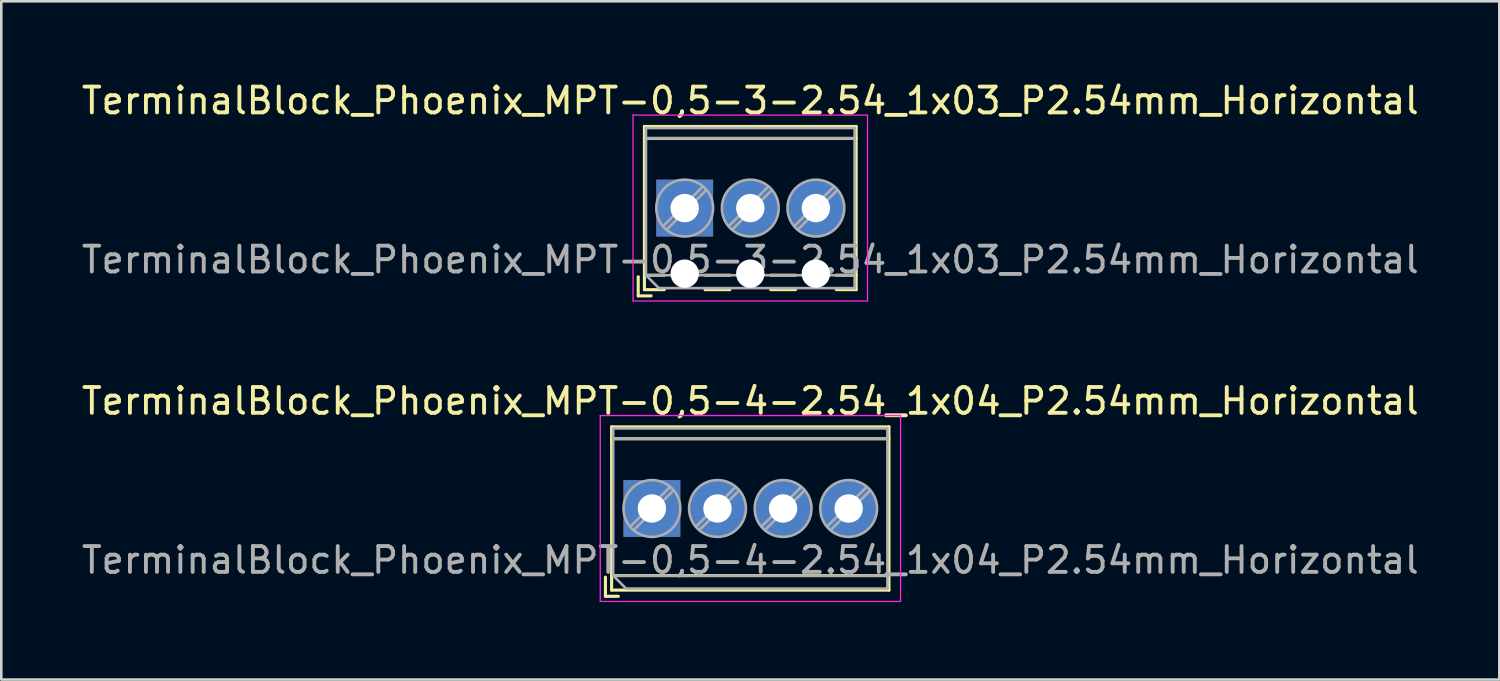
<source format=kicad_pcb>
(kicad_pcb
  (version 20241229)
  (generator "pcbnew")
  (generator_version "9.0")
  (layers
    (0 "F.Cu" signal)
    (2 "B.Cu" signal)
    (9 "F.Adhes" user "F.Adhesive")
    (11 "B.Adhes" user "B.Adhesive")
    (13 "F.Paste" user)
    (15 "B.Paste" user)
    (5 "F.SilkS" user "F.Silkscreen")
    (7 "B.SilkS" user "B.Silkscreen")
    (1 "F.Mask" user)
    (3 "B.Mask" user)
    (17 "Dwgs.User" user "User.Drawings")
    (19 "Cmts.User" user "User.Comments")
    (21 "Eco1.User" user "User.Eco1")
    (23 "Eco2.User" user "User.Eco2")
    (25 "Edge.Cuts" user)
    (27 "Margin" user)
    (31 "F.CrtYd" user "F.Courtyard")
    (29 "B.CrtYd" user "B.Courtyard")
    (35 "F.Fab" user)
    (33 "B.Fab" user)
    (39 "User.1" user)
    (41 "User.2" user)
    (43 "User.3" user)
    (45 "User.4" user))
  (footprint "TerminalBlock_Phoenix_MPT-0,5-4-2.54_1x04_P2.54mm_Horizontal"
    (layer "F.Cu")
    (at 22.196 16.642)
    (property "Reference" "TerminalBlock_Phoenix_MPT-0,5-4-2.54_1x04_P2.54mm_Horizontal" (at 3.81 -4.16 0) (layer "F.SilkS") (effects (font (size 1 1) (thickness 0.15))))
    (attr through_hole)
    (fp_line (start -1.8 2.66) (end -1.8 3.4) (stroke (width 0.12) (type solid)) (layer "F.SilkS"))
    (fp_line (start -1.8 3.4) (end -1.3 3.4) (stroke (width 0.12) (type solid)) (layer "F.SilkS"))
    (fp_line (start -1.56 -3.16) (end -1.56 3.16) (stroke (width 0.12) (type solid)) (layer "F.SilkS"))
    (fp_line (start -1.56 -3.16) (end 9.18 -3.16) (stroke (width 0.12) (type solid)) (layer "F.SilkS"))
    (fp_line (start -1.56 -2.7) (end 9.18 -2.7) (stroke (width 0.12) (type solid)) (layer "F.SilkS"))
    (fp_line (start -1.56 2.6) (end 9.18 2.6) (stroke (width 0.12) (type solid)) (layer "F.SilkS"))
    (fp_line (start -1.56 3.16) (end 9.18 3.16) (stroke (width 0.12) (type solid)) (layer "F.SilkS"))
    (fp_line (start 9.18 -3.16) (end 9.18 3.16) (stroke (width 0.12) (type solid)) (layer "F.SilkS"))
    (fp_line (start -2 -3.6) (end -2 3.6) (stroke (width 0.05) (type solid)) (layer "F.CrtYd"))
    (fp_line (start -2 3.6) (end 9.63 3.6) (stroke (width 0.05) (type solid)) (layer "F.CrtYd"))
    (fp_line (start 9.63 -3.6) (end -2 -3.6) (stroke (width 0.05) (type solid)) (layer "F.CrtYd"))
    (fp_line (start 9.63 3.6) (end 9.63 -3.6) (stroke (width 0.05) (type solid)) (layer "F.CrtYd"))
    (fp_line (start -1.5 -3.1) (end 9.12 -3.1) (stroke (width 0.1) (type solid)) (layer "F.Fab"))
    (fp_line (start -1.5 -2.7) (end 9.12 -2.7) (stroke (width 0.1) (type solid)) (layer "F.Fab"))
    (fp_line (start -1.5 2.6) (end -1.5 -3.1) (stroke (width 0.1) (type solid)) (layer "F.Fab"))
    (fp_line (start -1.5 2.6) (end 9.12 2.6) (stroke (width 0.1) (type solid)) (layer "F.Fab"))
    (fp_line (start -1 3.1) (end -1.5 2.6) (stroke (width 0.1) (type solid)) (layer "F.Fab"))
    (fp_line (start 0.701 -0.835) (end -0.835 0.7) (stroke (width 0.1) (type solid)) (layer "F.Fab"))
    (fp_line (start 0.835 -0.7) (end -0.701 0.835) (stroke (width 0.1) (type solid)) (layer "F.Fab"))
    (fp_line (start 3.241 -0.835) (end 1.706 0.7) (stroke (width 0.1) (type solid)) (layer "F.Fab"))
    (fp_line (start 3.375 -0.7) (end 1.84 0.835) (stroke (width 0.1) (type solid)) (layer "F.Fab"))
    (fp_line (start 5.781 -0.835) (end 4.246 0.7) (stroke (width 0.1) (type solid)) (layer "F.Fab"))
    (fp_line (start 5.915 -0.7) (end 4.38 0.835) (stroke (width 0.1) (type solid)) (layer "F.Fab"))
    (fp_line (start 8.321 -0.835) (end 6.786 0.7) (stroke (width 0.1) (type solid)) (layer "F.Fab"))
    (fp_line (start 8.455 -0.7) (end 6.92 0.835) (stroke (width 0.1) (type solid)) (layer "F.Fab"))
    (fp_line (start 9.12 -3.1) (end 9.12 3.1) (stroke (width 0.1) (type solid)) (layer "F.Fab"))
    (fp_line (start 9.12 3.1) (end -1 3.1) (stroke (width 0.1) (type solid)) (layer "F.Fab"))
    (fp_circle (center 0 0) (end 1.1 0) (stroke (width 0.1) (type solid)) (fill no) (layer "F.Fab"))
    (fp_circle (center 2.54 0) (end 3.64 0) (stroke (width 0.1) (type solid)) (fill no) (layer "F.Fab"))
    (fp_circle (center 5.08 0) (end 6.18 0) (stroke (width 0.1) (type solid)) (fill no) (layer "F.Fab"))
    (fp_circle (center 7.62 0) (end 8.72 0) (stroke (width 0.1) (type solid)) (fill no) (layer "F.Fab"))
    (fp_text user "${REFERENCE}" (at 3.81 2 0) (layer "F.Fab") (effects (font (size 1 1) (thickness 0.15))))
    (pad "1" thru_hole rect (at 0 0) (size 2.2 2.2) (drill 1.1) (layers "*.Cu" "*.Mask"))
    (pad "2" thru_hole circle (at 2.54 0) (size 2.2 2.2) (drill 1.1) (layers "*.Cu" "*.Mask"))
    (pad "3" thru_hole circle (at 5.08 0) (size 2.2 2.2) (drill 1.1) (layers "*.Cu" "*.Mask"))
    (pad "4" thru_hole circle (at 7.62 0) (size 2.2 2.2) (drill 1.1) (layers "*.Cu" "*.Mask")))
  (footprint "TerminalBlock_Phoenix_MPT-0,5-3-2.54_1x03_P2.54mm_Horizontal"
    (layer "F.Cu")
    (at 23.466 5.008)
    (property "Reference" "TerminalBlock_Phoenix_MPT-0,5-3-2.54_1x03_P2.54mm_Horizontal" (at 2.54 -4.16 0) (layer "F.SilkS") (effects (font (size 1 1) (thickness 0.15))))
    (attr through_hole)
    (fp_line (start -1.8 2.66) (end -1.8 3.4) (stroke (width 0.12) (type solid)) (layer "F.SilkS"))
    (fp_line (start -1.8 3.4) (end -1.3 3.4) (stroke (width 0.12) (type solid)) (layer "F.SilkS"))
    (fp_line (start -1.56 -3.16) (end -1.56 3.16) (stroke (width 0.12) (type solid)) (layer "F.SilkS"))
    (fp_line (start -1.56 -3.16) (end 6.64 -3.16) (stroke (width 0.12) (type solid)) (layer "F.SilkS"))
    (fp_line (start -1.56 -2.7) (end 6.64 -2.7) (stroke (width 0.12) (type solid)) (layer "F.SilkS"))
    (fp_line (start -1.56 2.6) (end -0.79 2.6) (stroke (width 0.12) (type solid)) (layer "F.SilkS"))
    (fp_line (start -1.56 3.16) (end -0.79 3.16) (stroke (width 0.12) (type solid)) (layer "F.SilkS"))
    (fp_line (start 0.79 2.6) (end 1.75 2.6) (stroke (width 0.12) (type solid)) (layer "F.SilkS"))
    (fp_line (start 0.79 3.16) (end 1.75 3.16) (stroke (width 0.12) (type solid)) (layer "F.SilkS"))
    (fp_line (start 3.33 2.6) (end 4.29 2.6) (stroke (width 0.12) (type solid)) (layer "F.SilkS"))
    (fp_line (start 3.33 3.16) (end 4.29 3.16) (stroke (width 0.12) (type solid)) (layer "F.SilkS"))
    (fp_line (start 5.87 2.6) (end 6.64 2.6) (stroke (width 0.12) (type solid)) (layer "F.SilkS"))
    (fp_line (start 5.87 3.16) (end 6.64 3.16) (stroke (width 0.12) (type solid)) (layer "F.SilkS"))
    (fp_line (start 6.64 -3.16) (end 6.64 3.16) (stroke (width 0.12) (type solid)) (layer "F.SilkS"))
    (fp_line (start -2 -3.6) (end -2 3.6) (stroke (width 0.05) (type solid)) (layer "F.CrtYd"))
    (fp_line (start -2 3.6) (end 7.08 3.6) (stroke (width 0.05) (type solid)) (layer "F.CrtYd"))
    (fp_line (start 7.08 -3.6) (end -2 -3.6) (stroke (width 0.05) (type solid)) (layer "F.CrtYd"))
    (fp_line (start 7.08 3.6) (end 7.08 -3.6) (stroke (width 0.05) (type solid)) (layer "F.CrtYd"))
    (fp_line (start -1.5 -3.1) (end 6.58 -3.1) (stroke (width 0.1) (type solid)) (layer "F.Fab"))
    (fp_line (start -1.5 -2.7) (end 6.58 -2.7) (stroke (width 0.1) (type solid)) (layer "F.Fab"))
    (fp_line (start -1.5 2.6) (end -1.5 -3.1) (stroke (width 0.1) (type solid)) (layer "F.Fab"))
    (fp_line (start -1.5 2.6) (end 6.58 2.6) (stroke (width 0.1) (type solid)) (layer "F.Fab"))
    (fp_line (start -1 3.1) (end -1.5 2.6) (stroke (width 0.1) (type solid)) (layer "F.Fab"))
    (fp_line (start 0.701 -0.835) (end -0.835 0.7) (stroke (width 0.1) (type solid)) (layer "F.Fab"))
    (fp_line (start 0.835 -0.7) (end -0.701 0.835) (stroke (width 0.1) (type solid)) (layer "F.Fab"))
    (fp_line (start 3.241 -0.835) (end 1.706 0.7) (stroke (width 0.1) (type solid)) (layer "F.Fab"))
    (fp_line (start 3.375 -0.7) (end 1.84 0.835) (stroke (width 0.1) (type solid)) (layer "F.Fab"))
    (fp_line (start 5.781 -0.835) (end 4.246 0.7) (stroke (width 0.1) (type solid)) (layer "F.Fab"))
    (fp_line (start 5.915 -0.7) (end 4.38 0.835) (stroke (width 0.1) (type solid)) (layer "F.Fab"))
    (fp_line (start 6.58 -3.1) (end 6.58 3.1) (stroke (width 0.1) (type solid)) (layer "F.Fab"))
    (fp_line (start 6.58 3.1) (end -1 3.1) (stroke (width 0.1) (type solid)) (layer "F.Fab"))
    (fp_circle (center 0 0) (end 1.1 0) (stroke (width 0.1) (type solid)) (fill no) (layer "F.Fab"))
    (fp_circle (center 2.54 0) (end 3.64 0) (stroke (width 0.1) (type solid)) (fill no) (layer "F.Fab"))
    (fp_circle (center 5.08 0) (end 6.18 0) (stroke (width 0.1) (type solid)) (fill no) (layer "F.Fab"))
    (fp_text user "${REFERENCE}" (at 2.54 2 0) (layer "F.Fab") (effects (font (size 1 1) (thickness 0.15))))
    (pad "" np_thru_hole circle (at 0 2.54) (size 1.1 1.1) (drill 1.1) (layers "*.Cu" "*.Mask"))
    (pad "" np_thru_hole circle (at 2.54 2.54) (size 1.1 1.1) (drill 1.1) (layers "*.Cu" "*.Mask"))
    (pad "" np_thru_hole circle (at 5.08 2.54) (size 1.1 1.1) (drill 1.1) (layers "*.Cu" "*.Mask"))
    (pad "1" thru_hole rect (at 0 0) (size 2.2 2.2) (drill 1.1) (layers "*.Cu" "*.Mask"))
    (pad "2" thru_hole circle (at 2.54 0) (size 2.2 2.2) (drill 1.1) (layers "*.Cu" "*.Mask"))
    (pad "3" thru_hole circle (at 5.08 0) (size 2.2 2.2) (drill 1.1) (layers "*.Cu" "*.Mask")))
  (gr_rect
    (start -3 -3)
    (end 55.012 23.267)
    (stroke (width 0.1) (type default))
    (fill no)
    (layer "Edge.Cuts")))
</source>
